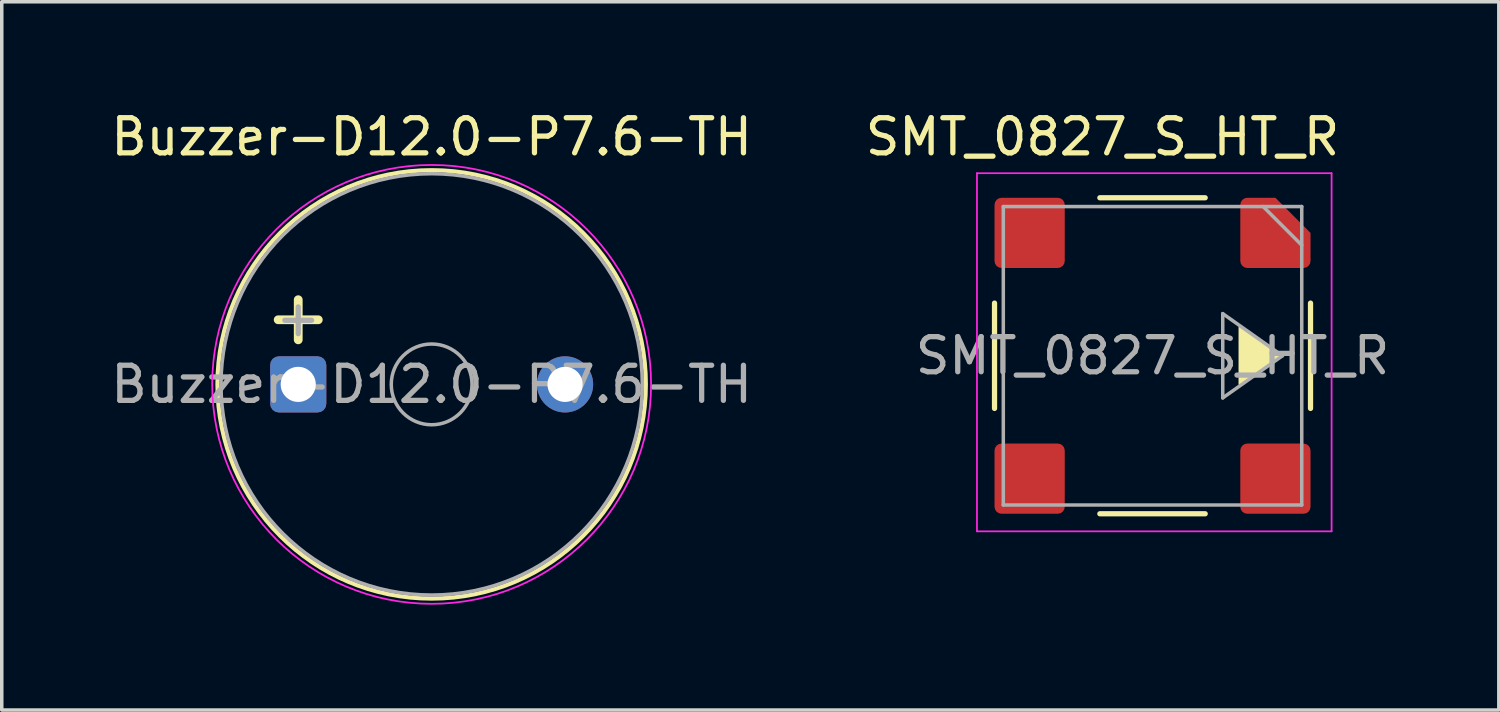
<source format=kicad_pcb>
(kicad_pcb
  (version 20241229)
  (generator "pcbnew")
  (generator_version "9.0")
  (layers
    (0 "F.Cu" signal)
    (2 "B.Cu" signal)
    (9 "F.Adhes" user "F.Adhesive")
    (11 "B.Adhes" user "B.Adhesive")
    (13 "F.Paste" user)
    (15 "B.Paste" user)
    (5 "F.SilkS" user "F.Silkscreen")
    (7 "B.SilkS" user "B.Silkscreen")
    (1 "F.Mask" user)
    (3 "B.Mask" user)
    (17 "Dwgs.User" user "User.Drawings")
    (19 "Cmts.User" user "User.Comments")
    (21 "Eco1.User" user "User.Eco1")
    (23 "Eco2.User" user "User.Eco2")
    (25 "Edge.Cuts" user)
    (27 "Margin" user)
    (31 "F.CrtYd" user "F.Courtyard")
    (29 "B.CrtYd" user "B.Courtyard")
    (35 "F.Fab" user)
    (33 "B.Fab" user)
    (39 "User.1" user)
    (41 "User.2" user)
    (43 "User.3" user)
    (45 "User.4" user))
  (footprint "Buzzer-D12.0-P7.6-TH"
    (layer "F.Cu")
    (at 9.244 7.898)
    (property "Reference" "Buzzer-D12.0-P7.6-TH" (at 0 -7.05 0) (layer "F.SilkS") (effects (font (size 1 1) (thickness 0.15))))
    (attr through_hole)
    (fp_circle (center 0 0) (end 6.1 0) (stroke (width 0.12) (type solid)) (fill no) (layer "F.SilkS"))
    (fp_circle (center 0 0) (end 6.25 0) (stroke (width 0.05) (type solid)) (fill no) (layer "F.CrtYd"))
    (fp_circle (center 0 0) (end 1.15 0) (stroke (width 0.1) (type solid)) (fill no) (layer "F.Fab"))
    (fp_circle (center 0 0) (end 6 0) (stroke (width 0.1) (type solid)) (fill no) (layer "F.Fab"))
    (fp_text user "+" (at -3.8 -1.95 0) (layer "F.SilkS") (effects (font (size 1.5 1.5) (thickness 0.25))))
    (fp_text user "+" (at -3.8 -1.9 0) (layer "F.Fab") (effects (font (size 1 1) (thickness 0.15))))
    (fp_text user "${REFERENCE}" (at 0 0 0) (layer "F.Fab") (effects (font (size 1 1) (thickness 0.15))))
    (pad "1" thru_hole roundrect (at -3.8 0) (size 1.6 1.6) (drill 1) (layers "*.Cu" "*.Mask") (roundrect_rratio 0.156))
    (pad "2" thru_hole circle (at 3.8 0) (size 1.6 1.6) (drill 1) (layers "*.Cu" "*.Mask")))
  (footprint "SMT_0827_S_HT_R"
    (layer "F.Cu")
    (at 29.776 7.083)
    (property "Reference" "SMT_0827_S_HT_R" (at -1.425 -6.235 0) (layer "F.SilkS") (effects (font (size 1 1) (thickness 0.15))))
    (attr smd)
    (fp_line (start -4.5 -1.5) (end -4.5 1.5) (stroke (width 0.15) (type solid)) (layer "F.SilkS"))
    (fp_line (start -1.5 -4.5) (end 1.5 -4.5) (stroke (width 0.15) (type solid)) (layer "F.SilkS"))
    (fp_line (start -1.5 4.5) (end 1.5 4.5) (stroke (width 0.15) (type solid)) (layer "F.SilkS"))
    (fp_line (start 4.5 -1.5) (end 4.5 1.5) (stroke (width 0.15) (type solid)) (layer "F.SilkS"))
    (fp_poly (pts (xy 3.6 0) (xy 2.5 -0.8) (xy 2.5 0.8)) (stroke (width 0.1) (type solid)) (fill yes) (layer "F.SilkS"))
    (fp_line (start -5 -5.2) (end -5 5) (stroke (width 0.05) (type solid)) (layer "F.CrtYd"))
    (fp_line (start -5 5) (end 5.1 5) (stroke (width 0.05) (type solid)) (layer "F.CrtYd"))
    (fp_line (start 5.1 -5.2) (end -5 -5.2) (stroke (width 0.05) (type solid)) (layer "F.CrtYd"))
    (fp_line (start 5.1 5) (end 5.1 -5.2) (stroke (width 0.05) (type solid)) (layer "F.CrtYd"))
    (fp_line (start -4.25 -4.25) (end 4.25 -4.25) (stroke (width 0.1) (type solid)) (layer "F.Fab"))
    (fp_line (start -4.25 4.25) (end -4.25 -4.25) (stroke (width 0.1) (type solid)) (layer "F.Fab"))
    (fp_line (start 2 -1.2) (end 2 1.2) (stroke (width 0.1) (type default)) (layer "F.Fab"))
    (fp_line (start 3.7 0) (end 2 -1.2) (stroke (width 0.1) (type default)) (layer "F.Fab"))
    (fp_line (start 3.7 0) (end 2 1.2) (stroke (width 0.1) (type default)) (layer "F.Fab"))
    (fp_line (start 4.25 -4.25) (end 4.25 4.25) (stroke (width 0.1) (type solid)) (layer "F.Fab"))
    (fp_line (start 4.25 -3.15) (end 3.15 -4.25) (stroke (width 0.1) (type default)) (layer "F.Fab"))
    (fp_line (start 4.25 4.25) (end -4.25 4.25) (stroke (width 0.1) (type solid)) (layer "F.Fab"))
    (fp_text user "${REFERENCE}" (at 0 0 0) (layer "F.Fab") (effects (font (size 1 1) (thickness 0.15))))
    (pad "1" smd roundrect (at -3.5 -3.5) (size 2 2) (layers "F.Cu" "F.Mask" "F.Paste") (roundrect_rratio 0.1))
    (pad "2" smd roundrect (at -3.5 3.5) (size 2 2) (layers "F.Cu" "F.Mask" "F.Paste") (roundrect_rratio 0.1))
    (pad "S" smd roundrect (at 3.5 -3.5) (size 2 2) (layers "F.Cu" "F.Mask" "F.Paste") (roundrect_rratio 0.1) (chamfer_ratio 0.5) (chamfer top_right))
    (pad "S" smd roundrect (at 3.5 3.5) (size 2 2) (layers "F.Cu" "F.Mask" "F.Paste") (roundrect_rratio 0.1)))
  (gr_rect
    (start -3 -3)
    (end 39.639 17.173)
    (stroke (width 0.1) (type default))
    (fill no)
    (layer "Edge.Cuts")))
</source>
